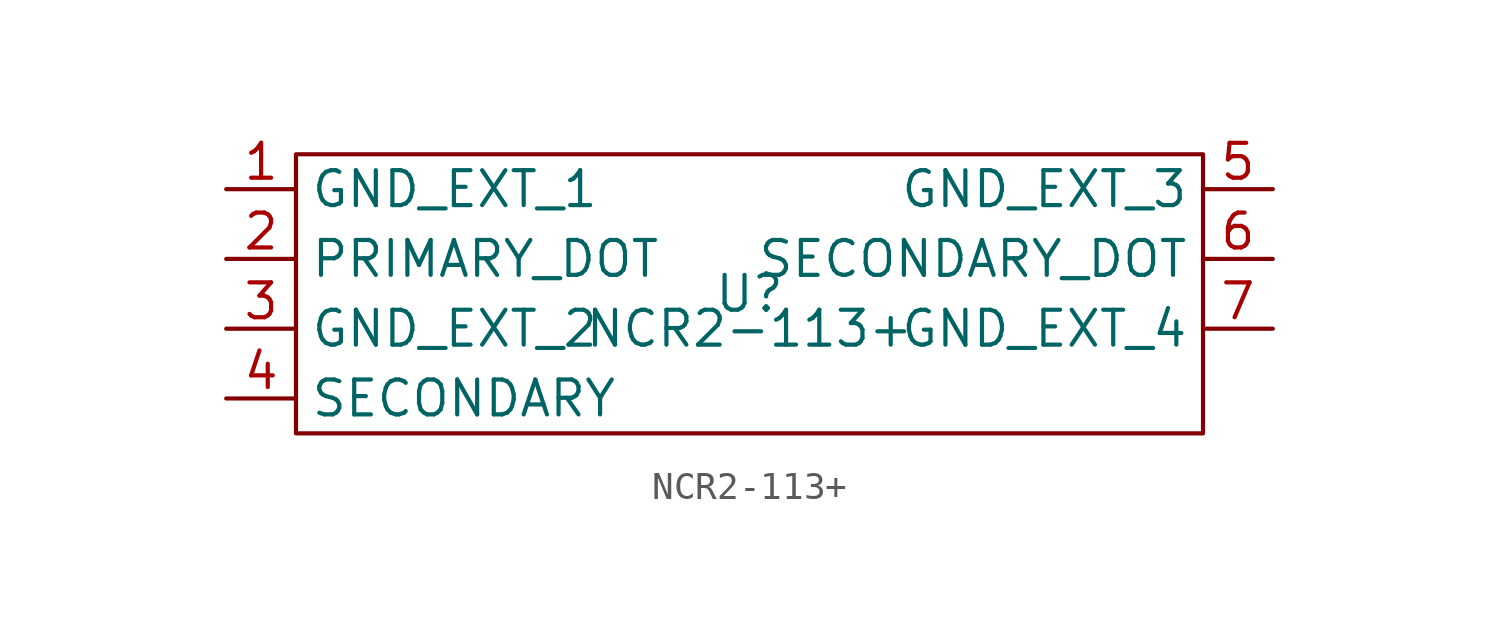
<source format=kicad_sym>
(kicad_symbol_lib
  (version 20211014)
  (generator kicad_symbol_editor)
  (symbol "NCR2-113+"
    (property "Reference" "U"
      (at 0 0 0)
      (effects (font (size 1.27 1.27))))
    (property "Value" "NCR2-113+"
      (at 0 -1.27 0)
      (effects (font (size 1.27 1.27))))
    (symbol "NCR2-113+_0_1"
      (polyline (pts (xy 16.51 3.81) (xy 16.51 -5.08) (xy -16.51 -5.08) (xy -16.51 5.08) (xy 16.51 5.08) (xy 16.51 3.81)) (stroke (width 0) (type default) (color 0 0 0 0)) (fill (type none))))
    (symbol "NCR2-113+_1_1"
      (pin power_in line (at -19.05 3.81 0) (length 2.54) (name "GND_EXT_1" (effects (font (size 1.27 1.27)))) (number "1" (effects (font (size 1.27 1.27)))))
      (pin passive line (at -19.05 1.27 0) (length 2.54) (name "PRIMARY_DOT" (effects (font (size 1.27 1.27)))) (number "2" (effects (font (size 1.27 1.27)))))
      (pin power_in line (at -19.05 -1.27 0) (length 2.54) (name "GND_EXT_2" (effects (font (size 1.27 1.27)))) (number "3" (effects (font (size 1.27 1.27)))))
      (pin passive line (at -19.05 -3.81 0) (length 2.54) (name "SECONDARY" (effects (font (size 1.27 1.27)))) (number "4" (effects (font (size 1.27 1.27)))))
      (pin power_in line (at 19.05 3.81 180) (length 2.54) (name "GND_EXT_3" (effects (font (size 1.27 1.27)))) (number "5" (effects (font (size 1.27 1.27)))))
      (pin passive line (at 19.05 1.27 180) (length 2.54) (name "SECONDARY_DOT" (effects (font (size 1.27 1.27)))) (number "6" (effects (font (size 1.27 1.27)))))
      (pin power_in line (at 19.05 -1.27 180) (length 2.54) (name "GND_EXT_4" (effects (font (size 1.27 1.27)))) (number "7" (effects (font (size 1.27 1.27))))))))
</source>
